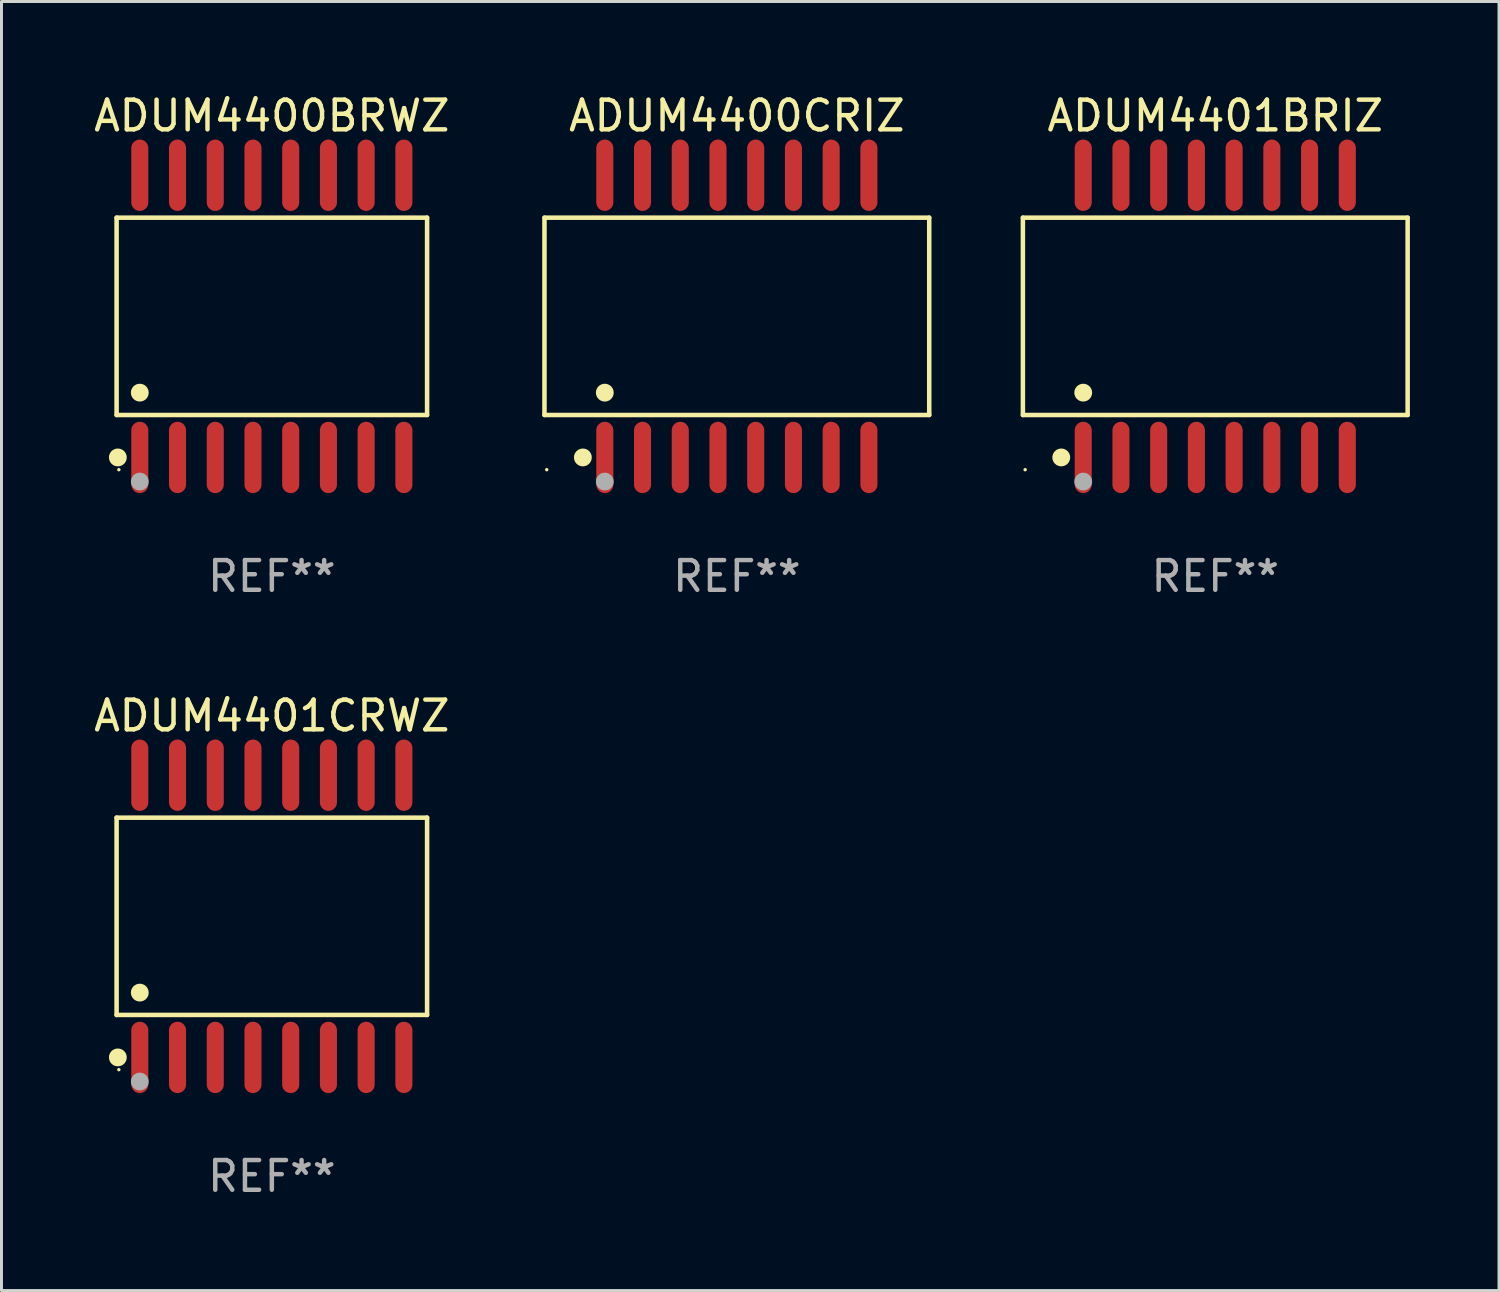
<source format=kicad_pcb>
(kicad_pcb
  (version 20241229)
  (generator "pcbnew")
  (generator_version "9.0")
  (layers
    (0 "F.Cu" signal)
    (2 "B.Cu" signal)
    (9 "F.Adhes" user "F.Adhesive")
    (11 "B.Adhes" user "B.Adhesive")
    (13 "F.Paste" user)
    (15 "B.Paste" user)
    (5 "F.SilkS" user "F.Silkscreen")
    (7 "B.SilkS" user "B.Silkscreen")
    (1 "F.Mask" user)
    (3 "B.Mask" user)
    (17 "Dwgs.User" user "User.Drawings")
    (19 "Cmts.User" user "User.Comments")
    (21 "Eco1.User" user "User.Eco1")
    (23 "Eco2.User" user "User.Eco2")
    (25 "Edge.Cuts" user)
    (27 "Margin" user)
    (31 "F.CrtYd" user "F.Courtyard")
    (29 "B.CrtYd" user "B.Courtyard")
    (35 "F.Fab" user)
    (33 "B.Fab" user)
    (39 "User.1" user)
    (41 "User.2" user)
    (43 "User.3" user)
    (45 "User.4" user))
  (footprint "ADUM4401BRIZ"
    (layer "F.Cu")
    (at 37.86 7.599)
    (property "Reference" "ADUM4401BRIZ" (at 0 -6.75 0) (layer "F.SilkS") (effects (font (size 1 1) (thickness 0.15))))
    (attr through_hole)
    (fp_line (start -6.476 -3.321) (end 6.476 -3.321) (stroke (width 0.152) (type solid)) (layer "F.SilkS"))
    (fp_line (start -6.476 3.321) (end -6.476 -3.321) (stroke (width 0.152) (type solid)) (layer "F.SilkS"))
    (fp_line (start 6.476 -3.321) (end 6.476 3.321) (stroke (width 0.152) (type solid)) (layer "F.SilkS"))
    (fp_line (start 6.476 3.321) (end -6.476 3.321) (stroke (width 0.152) (type solid)) (layer "F.SilkS"))
    (fp_circle (center -6.4 5.163) (end -6.37 5.163) (stroke (width 0.06) (type solid)) (fill no) (layer "F.SilkS"))
    (fp_circle (center -5.184 4.75) (end -5.034 4.75) (stroke (width 0.3) (type solid)) (fill no) (layer "F.SilkS"))
    (fp_circle (center -4.445 2.569) (end -4.295 2.569) (stroke (width 0.3) (type solid)) (fill no) (layer "F.SilkS"))
    (fp_circle (center -4.445 5.563) (end -4.295 5.563) (stroke (width 0.3) (type solid)) (fill no) (layer "F.Fab"))
    (fp_text user "REF**" (at 0 8.75 0) (layer "F.Fab") (effects (font (size 1 1) (thickness 0.15))))
    (pad "1" smd oval (at -4.445 4.75) (size 0.574 2.401) (layers "F.Cu" "F.Mask" "F.Paste"))
    (pad "2" smd oval (at -3.175 4.75) (size 0.574 2.401) (layers "F.Cu" "F.Mask" "F.Paste"))
    (pad "3" smd oval (at -1.905 4.75) (size 0.574 2.401) (layers "F.Cu" "F.Mask" "F.Paste"))
    (pad "4" smd oval (at -0.635 4.75) (size 0.574 2.401) (layers "F.Cu" "F.Mask" "F.Paste"))
    (pad "5" smd oval (at 0.635 4.75) (size 0.574 2.401) (layers "F.Cu" "F.Mask" "F.Paste"))
    (pad "6" smd oval (at 1.905 4.75) (size 0.574 2.401) (layers "F.Cu" "F.Mask" "F.Paste"))
    (pad "7" smd oval (at 3.175 4.75) (size 0.574 2.401) (layers "F.Cu" "F.Mask" "F.Paste"))
    (pad "8" smd oval (at 4.445 4.75) (size 0.574 2.401) (layers "F.Cu" "F.Mask" "F.Paste"))
    (pad "9" smd oval (at 4.445 -4.75) (size 0.574 2.401) (layers "F.Cu" "F.Mask" "F.Paste"))
    (pad "10" smd oval (at 3.175 -4.75) (size 0.574 2.401) (layers "F.Cu" "F.Mask" "F.Paste"))
    (pad "11" smd oval (at 1.905 -4.75) (size 0.574 2.401) (layers "F.Cu" "F.Mask" "F.Paste"))
    (pad "12" smd oval (at 0.635 -4.75) (size 0.574 2.401) (layers "F.Cu" "F.Mask" "F.Paste"))
    (pad "13" smd oval (at -0.635 -4.75) (size 0.574 2.401) (layers "F.Cu" "F.Mask" "F.Paste"))
    (pad "14" smd oval (at -1.905 -4.75) (size 0.574 2.401) (layers "F.Cu" "F.Mask" "F.Paste"))
    (pad "15" smd oval (at -3.175 -4.75) (size 0.574 2.401) (layers "F.Cu" "F.Mask" "F.Paste"))
    (pad "16" smd oval (at -4.445 -4.75) (size 0.574 2.401) (layers "F.Cu" "F.Mask" "F.Paste")))
  (footprint "ADUM4400CRIZ"
    (layer "F.Cu")
    (at 21.755 7.599)
    (property "Reference" "ADUM4400CRIZ" (at 0 -6.75 0) (layer "F.SilkS") (effects (font (size 1 1) (thickness 0.15))))
    (attr through_hole)
    (fp_line (start -6.476 -3.321) (end 6.476 -3.321) (stroke (width 0.152) (type solid)) (layer "F.SilkS"))
    (fp_line (start -6.476 3.321) (end -6.476 -3.321) (stroke (width 0.152) (type solid)) (layer "F.SilkS"))
    (fp_line (start 6.476 -3.321) (end 6.476 3.321) (stroke (width 0.152) (type solid)) (layer "F.SilkS"))
    (fp_line (start 6.476 3.321) (end -6.476 3.321) (stroke (width 0.152) (type solid)) (layer "F.SilkS"))
    (fp_circle (center -6.4 5.163) (end -6.37 5.163) (stroke (width 0.06) (type solid)) (fill no) (layer "F.SilkS"))
    (fp_circle (center -5.184 4.75) (end -5.034 4.75) (stroke (width 0.3) (type solid)) (fill no) (layer "F.SilkS"))
    (fp_circle (center -4.445 2.569) (end -4.295 2.569) (stroke (width 0.3) (type solid)) (fill no) (layer "F.SilkS"))
    (fp_circle (center -4.445 5.563) (end -4.295 5.563) (stroke (width 0.3) (type solid)) (fill no) (layer "F.Fab"))
    (fp_text user "REF**" (at 0 8.75 0) (layer "F.Fab") (effects (font (size 1 1) (thickness 0.15))))
    (pad "1" smd oval (at -4.445 4.75) (size 0.574 2.401) (layers "F.Cu" "F.Mask" "F.Paste"))
    (pad "2" smd oval (at -3.175 4.75) (size 0.574 2.401) (layers "F.Cu" "F.Mask" "F.Paste"))
    (pad "3" smd oval (at -1.905 4.75) (size 0.574 2.401) (layers "F.Cu" "F.Mask" "F.Paste"))
    (pad "4" smd oval (at -0.635 4.75) (size 0.574 2.401) (layers "F.Cu" "F.Mask" "F.Paste"))
    (pad "5" smd oval (at 0.635 4.75) (size 0.574 2.401) (layers "F.Cu" "F.Mask" "F.Paste"))
    (pad "6" smd oval (at 1.905 4.75) (size 0.574 2.401) (layers "F.Cu" "F.Mask" "F.Paste"))
    (pad "7" smd oval (at 3.175 4.75) (size 0.574 2.401) (layers "F.Cu" "F.Mask" "F.Paste"))
    (pad "8" smd oval (at 4.445 4.75) (size 0.574 2.401) (layers "F.Cu" "F.Mask" "F.Paste"))
    (pad "9" smd oval (at 4.445 -4.75) (size 0.574 2.401) (layers "F.Cu" "F.Mask" "F.Paste"))
    (pad "10" smd oval (at 3.175 -4.75) (size 0.574 2.401) (layers "F.Cu" "F.Mask" "F.Paste"))
    (pad "11" smd oval (at 1.905 -4.75) (size 0.574 2.401) (layers "F.Cu" "F.Mask" "F.Paste"))
    (pad "12" smd oval (at 0.635 -4.75) (size 0.574 2.401) (layers "F.Cu" "F.Mask" "F.Paste"))
    (pad "13" smd oval (at -0.635 -4.75) (size 0.574 2.401) (layers "F.Cu" "F.Mask" "F.Paste"))
    (pad "14" smd oval (at -1.905 -4.75) (size 0.574 2.401) (layers "F.Cu" "F.Mask" "F.Paste"))
    (pad "15" smd oval (at -3.175 -4.75) (size 0.574 2.401) (layers "F.Cu" "F.Mask" "F.Paste"))
    (pad "16" smd oval (at -4.445 -4.75) (size 0.574 2.401) (layers "F.Cu" "F.Mask" "F.Paste")))
  (footprint "ADUM4401CRWZ"
    (layer "F.Cu")
    (at 6.101 27.796)
    (property "Reference" "ADUM4401CRWZ" (at 0 -6.75 0) (layer "F.SilkS") (effects (font (size 1 1) (thickness 0.15))))
    (attr through_hole)
    (fp_line (start -5.226 -3.321) (end 5.226 -3.321) (stroke (width 0.152) (type solid)) (layer "F.SilkS"))
    (fp_line (start -5.226 3.321) (end -5.226 -3.321) (stroke (width 0.152) (type solid)) (layer "F.SilkS"))
    (fp_line (start 5.226 -3.321) (end 5.226 3.321) (stroke (width 0.152) (type solid)) (layer "F.SilkS"))
    (fp_line (start 5.226 3.321) (end -5.226 3.321) (stroke (width 0.152) (type solid)) (layer "F.SilkS"))
    (fp_circle (center -5.184 4.75) (end -5.034 4.75) (stroke (width 0.3) (type solid)) (fill no) (layer "F.SilkS"))
    (fp_circle (center -5.15 5.163) (end -5.12 5.163) (stroke (width 0.06) (type solid)) (fill no) (layer "F.SilkS"))
    (fp_circle (center -4.445 2.569) (end -4.295 2.569) (stroke (width 0.3) (type solid)) (fill no) (layer "F.SilkS"))
    (fp_circle (center -4.445 5.563) (end -4.295 5.563) (stroke (width 0.3) (type solid)) (fill no) (layer "F.Fab"))
    (fp_text user "REF**" (at 0 8.75 0) (layer "F.Fab") (effects (font (size 1 1) (thickness 0.15))))
    (pad "1" smd oval (at -4.445 4.75) (size 0.574 2.401) (layers "F.Cu" "F.Mask" "F.Paste"))
    (pad "2" smd oval (at -3.175 4.75) (size 0.574 2.401) (layers "F.Cu" "F.Mask" "F.Paste"))
    (pad "3" smd oval (at -1.905 4.75) (size 0.574 2.401) (layers "F.Cu" "F.Mask" "F.Paste"))
    (pad "4" smd oval (at -0.635 4.75) (size 0.574 2.401) (layers "F.Cu" "F.Mask" "F.Paste"))
    (pad "5" smd oval (at 0.635 4.75) (size 0.574 2.401) (layers "F.Cu" "F.Mask" "F.Paste"))
    (pad "6" smd oval (at 1.905 4.75) (size 0.574 2.401) (layers "F.Cu" "F.Mask" "F.Paste"))
    (pad "7" smd oval (at 3.175 4.75) (size 0.574 2.401) (layers "F.Cu" "F.Mask" "F.Paste"))
    (pad "8" smd oval (at 4.445 4.75) (size 0.574 2.401) (layers "F.Cu" "F.Mask" "F.Paste"))
    (pad "9" smd oval (at 4.445 -4.75) (size 0.574 2.401) (layers "F.Cu" "F.Mask" "F.Paste"))
    (pad "10" smd oval (at 3.175 -4.75) (size 0.574 2.401) (layers "F.Cu" "F.Mask" "F.Paste"))
    (pad "11" smd oval (at 1.905 -4.75) (size 0.574 2.401) (layers "F.Cu" "F.Mask" "F.Paste"))
    (pad "12" smd oval (at 0.635 -4.75) (size 0.574 2.401) (layers "F.Cu" "F.Mask" "F.Paste"))
    (pad "13" smd oval (at -0.635 -4.75) (size 0.574 2.401) (layers "F.Cu" "F.Mask" "F.Paste"))
    (pad "14" smd oval (at -1.905 -4.75) (size 0.574 2.401) (layers "F.Cu" "F.Mask" "F.Paste"))
    (pad "15" smd oval (at -3.175 -4.75) (size 0.574 2.401) (layers "F.Cu" "F.Mask" "F.Paste"))
    (pad "16" smd oval (at -4.445 -4.75) (size 0.574 2.401) (layers "F.Cu" "F.Mask" "F.Paste")))
  (footprint "ADUM4400BRWZ"
    (layer "F.Cu")
    (at 6.101 7.599)
    (property "Reference" "ADUM4400BRWZ" (at 0 -6.75 0) (layer "F.SilkS") (effects (font (size 1 1) (thickness 0.15))))
    (attr through_hole)
    (fp_line (start -5.226 -3.321) (end 5.226 -3.321) (stroke (width 0.152) (type solid)) (layer "F.SilkS"))
    (fp_line (start -5.226 3.321) (end -5.226 -3.321) (stroke (width 0.152) (type solid)) (layer "F.SilkS"))
    (fp_line (start 5.226 -3.321) (end 5.226 3.321) (stroke (width 0.152) (type solid)) (layer "F.SilkS"))
    (fp_line (start 5.226 3.321) (end -5.226 3.321) (stroke (width 0.152) (type solid)) (layer "F.SilkS"))
    (fp_circle (center -5.184 4.75) (end -5.034 4.75) (stroke (width 0.3) (type solid)) (fill no) (layer "F.SilkS"))
    (fp_circle (center -5.15 5.163) (end -5.12 5.163) (stroke (width 0.06) (type solid)) (fill no) (layer "F.SilkS"))
    (fp_circle (center -4.445 2.569) (end -4.295 2.569) (stroke (width 0.3) (type solid)) (fill no) (layer "F.SilkS"))
    (fp_circle (center -4.445 5.563) (end -4.295 5.563) (stroke (width 0.3) (type solid)) (fill no) (layer "F.Fab"))
    (fp_text user "REF**" (at 0 8.75 0) (layer "F.Fab") (effects (font (size 1 1) (thickness 0.15))))
    (pad "1" smd oval (at -4.445 4.75) (size 0.574 2.401) (layers "F.Cu" "F.Mask" "F.Paste"))
    (pad "2" smd oval (at -3.175 4.75) (size 0.574 2.401) (layers "F.Cu" "F.Mask" "F.Paste"))
    (pad "3" smd oval (at -1.905 4.75) (size 0.574 2.401) (layers "F.Cu" "F.Mask" "F.Paste"))
    (pad "4" smd oval (at -0.635 4.75) (size 0.574 2.401) (layers "F.Cu" "F.Mask" "F.Paste"))
    (pad "5" smd oval (at 0.635 4.75) (size 0.574 2.401) (layers "F.Cu" "F.Mask" "F.Paste"))
    (pad "6" smd oval (at 1.905 4.75) (size 0.574 2.401) (layers "F.Cu" "F.Mask" "F.Paste"))
    (pad "7" smd oval (at 3.175 4.75) (size 0.574 2.401) (layers "F.Cu" "F.Mask" "F.Paste"))
    (pad "8" smd oval (at 4.445 4.75) (size 0.574 2.401) (layers "F.Cu" "F.Mask" "F.Paste"))
    (pad "9" smd oval (at 4.445 -4.75) (size 0.574 2.401) (layers "F.Cu" "F.Mask" "F.Paste"))
    (pad "10" smd oval (at 3.175 -4.75) (size 0.574 2.401) (layers "F.Cu" "F.Mask" "F.Paste"))
    (pad "11" smd oval (at 1.905 -4.75) (size 0.574 2.401) (layers "F.Cu" "F.Mask" "F.Paste"))
    (pad "12" smd oval (at 0.635 -4.75) (size 0.574 2.401) (layers "F.Cu" "F.Mask" "F.Paste"))
    (pad "13" smd oval (at -0.635 -4.75) (size 0.574 2.401) (layers "F.Cu" "F.Mask" "F.Paste"))
    (pad "14" smd oval (at -1.905 -4.75) (size 0.574 2.401) (layers "F.Cu" "F.Mask" "F.Paste"))
    (pad "15" smd oval (at -3.175 -4.75) (size 0.574 2.401) (layers "F.Cu" "F.Mask" "F.Paste"))
    (pad "16" smd oval (at -4.445 -4.75) (size 0.574 2.401) (layers "F.Cu" "F.Mask" "F.Paste")))
  (gr_rect
    (start -3 -3)
    (end 47.412 40.394)
    (stroke (width 0.1) (type default))
    (fill no)
    (layer "Edge.Cuts")))
</source>
